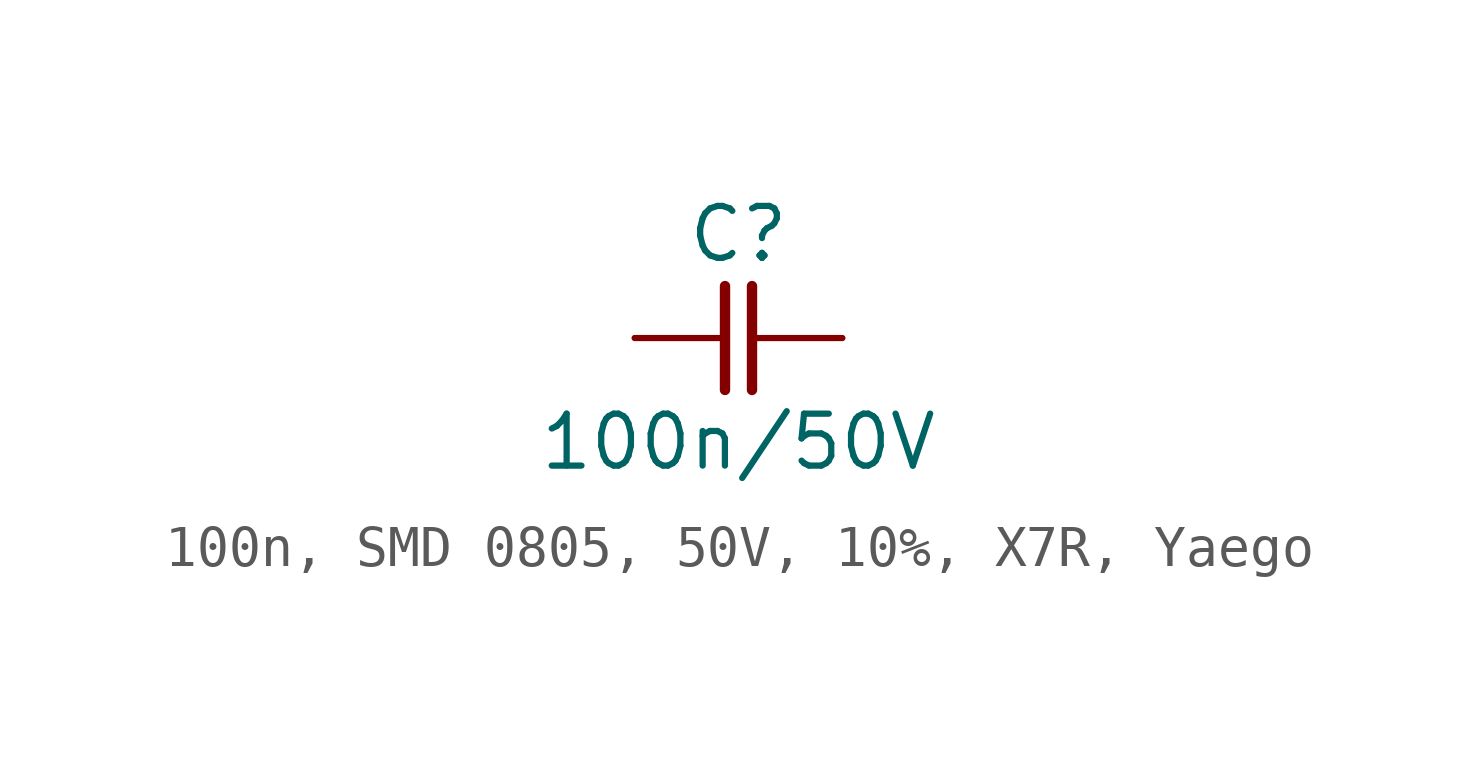
<source format=kicad_sym>
(kicad_symbol_lib
  (version 20241209)
  (generator "kicad_symbol_editor")
  (generator_version "9.0")
  (symbol "100n, SMD 0805, 50V, 10%, X7R, Yaego"
    (pin_numbers
      (hide yes))
    (pin_names
      (offset 0)
      (hide yes))
    (property "Reference" "C"
      (at 0 2.54 0)
      (effects (font (size 1.27 1.27))))
    (property "Value" "100n/50V"
      (at 0 -2.54 0)
      (effects (font (size 1.27 1.27))))
    (symbol "100n, SMD 0805, 50V, 10%, X7R, Yaego_0_1"
      (polyline (pts (xy -0.33 1.27) (xy -0.33 -1.27)) (stroke (width 0.254) (type default)) (fill (type none)))
      (polyline (pts (xy 0.33 1.27) (xy 0.33 -1.27)) (stroke (width 0.254) (type default)) (fill (type none))))
    (symbol "100n, SMD 0805, 50V, 10%, X7R, Yaego_1_1"
      (pin passive line (at -2.54 0 0) (length 2.21) (name "1" (effects (font (size 1.27 1.27)))) (number "1" (effects (font (size 1.27 1.27)))))
      (pin passive line (at 2.54 0 180) (length 2.21) (name "2" (effects (font (size 1.27 1.27)))) (number "2" (effects (font (size 1.27 1.27))))))))
</source>
